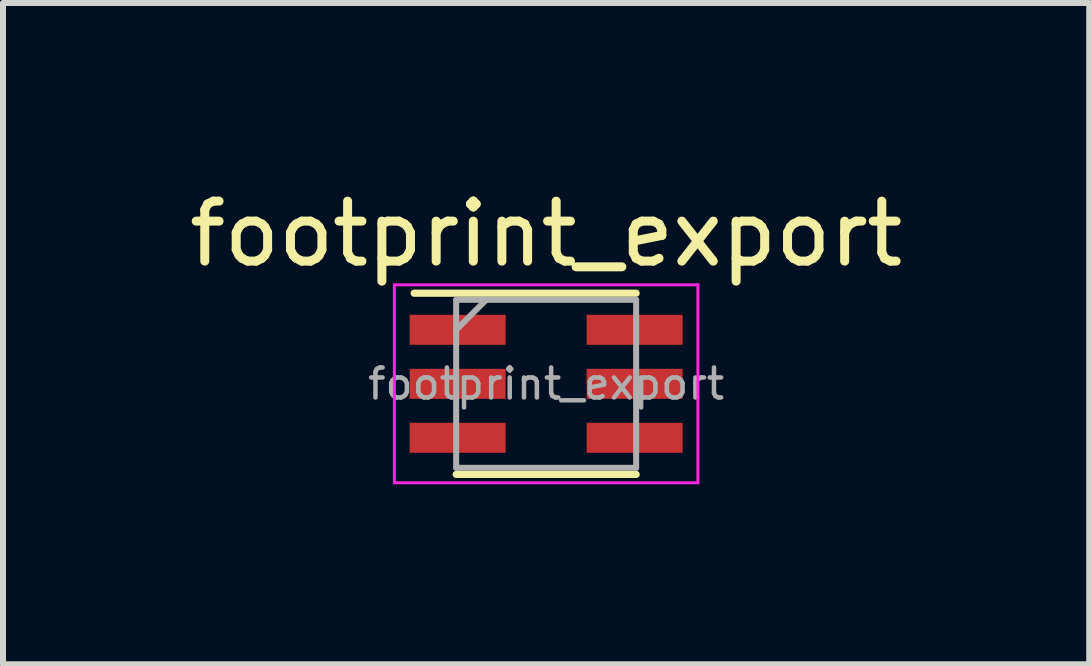
<source format=kicad_pcb>
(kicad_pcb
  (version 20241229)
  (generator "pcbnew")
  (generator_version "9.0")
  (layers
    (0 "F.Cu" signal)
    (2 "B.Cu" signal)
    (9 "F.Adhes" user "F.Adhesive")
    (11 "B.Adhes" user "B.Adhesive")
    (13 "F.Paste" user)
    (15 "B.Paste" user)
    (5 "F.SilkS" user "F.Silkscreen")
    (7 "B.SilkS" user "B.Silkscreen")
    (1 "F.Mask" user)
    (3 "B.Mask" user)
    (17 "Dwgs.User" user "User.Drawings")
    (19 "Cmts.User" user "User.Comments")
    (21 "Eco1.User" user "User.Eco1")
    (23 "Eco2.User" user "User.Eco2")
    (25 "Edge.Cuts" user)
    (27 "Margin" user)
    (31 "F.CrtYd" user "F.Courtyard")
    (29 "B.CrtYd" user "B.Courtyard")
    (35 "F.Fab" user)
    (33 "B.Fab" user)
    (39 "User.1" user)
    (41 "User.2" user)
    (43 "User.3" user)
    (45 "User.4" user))
  (footprint "footprint_export"
    (layer "F.Cu")
    (at 6.054 3.348)
    (property "Reference" "footprint_export" (at 0 -2.5 0) (layer "F.SilkS") (effects (font (size 1 1) (thickness 0.15))))
    (attr smd)
    (fp_line (start -2.2 -1.51) (end 1.5 -1.51) (stroke (width 0.12) (type solid)) (layer "F.SilkS"))
    (fp_line (start -1.5 1.51) (end 1.5 1.51) (stroke (width 0.12) (type solid)) (layer "F.SilkS"))
    (fp_line (start -2.53 -1.65) (end -2.53 1.65) (stroke (width 0.05) (type solid)) (layer "F.CrtYd"))
    (fp_line (start -2.53 -1.65) (end 2.53 -1.65) (stroke (width 0.05) (type solid)) (layer "F.CrtYd"))
    (fp_line (start -2.53 1.65) (end 2.53 1.65) (stroke (width 0.05) (type solid)) (layer "F.CrtYd"))
    (fp_line (start 2.53 -1.65) (end 2.53 1.65) (stroke (width 0.05) (type solid)) (layer "F.CrtYd"))
    (fp_line (start -1.5 -1.4) (end -1.5 1.4) (stroke (width 0.1) (type solid)) (layer "F.Fab"))
    (fp_line (start -1.5 -1.4) (end 1.5 -1.4) (stroke (width 0.1) (type solid)) (layer "F.Fab"))
    (fp_line (start -1.5 -0.9) (end -1 -1.4) (stroke (width 0.1) (type solid)) (layer "F.Fab"))
    (fp_line (start -1.5 1.4) (end 1.5 1.4) (stroke (width 0.1) (type solid)) (layer "F.Fab"))
    (fp_line (start 1.5 -1.4) (end 1.5 1.4) (stroke (width 0.1) (type solid)) (layer "F.Fab"))
    (fp_text user "${REFERENCE}" (at 0 0 0) (layer "F.Fab") (effects (font (size 0.5 0.5) (thickness 0.075))))
    (pad "1" smd rect (at -1.475 -0.9) (size 1.6 0.5) (layers "F.Cu" "F.Mask" "F.Paste"))
    (pad "2" smd rect (at -1.475 0) (size 1.6 0.5) (layers "F.Cu" "F.Mask" "F.Paste"))
    (pad "3" smd rect (at -1.475 0.9) (size 1.6 0.5) (layers "F.Cu" "F.Mask" "F.Paste"))
    (pad "4" smd rect (at 1.475 0.9) (size 1.6 0.5) (layers "F.Cu" "F.Mask" "F.Paste"))
    (pad "5" smd rect (at 1.475 0) (size 1.6 0.5) (layers "F.Cu" "F.Mask" "F.Paste"))
    (pad "6" smd rect (at 1.475 -0.9) (size 1.6 0.5) (layers "F.Cu" "F.Mask" "F.Paste")))
  (gr_rect
    (start -3 -3)
    (end 15.107 8.023)
    (stroke (width 0.1) (type default))
    (fill no)
    (layer "Edge.Cuts")))
</source>
